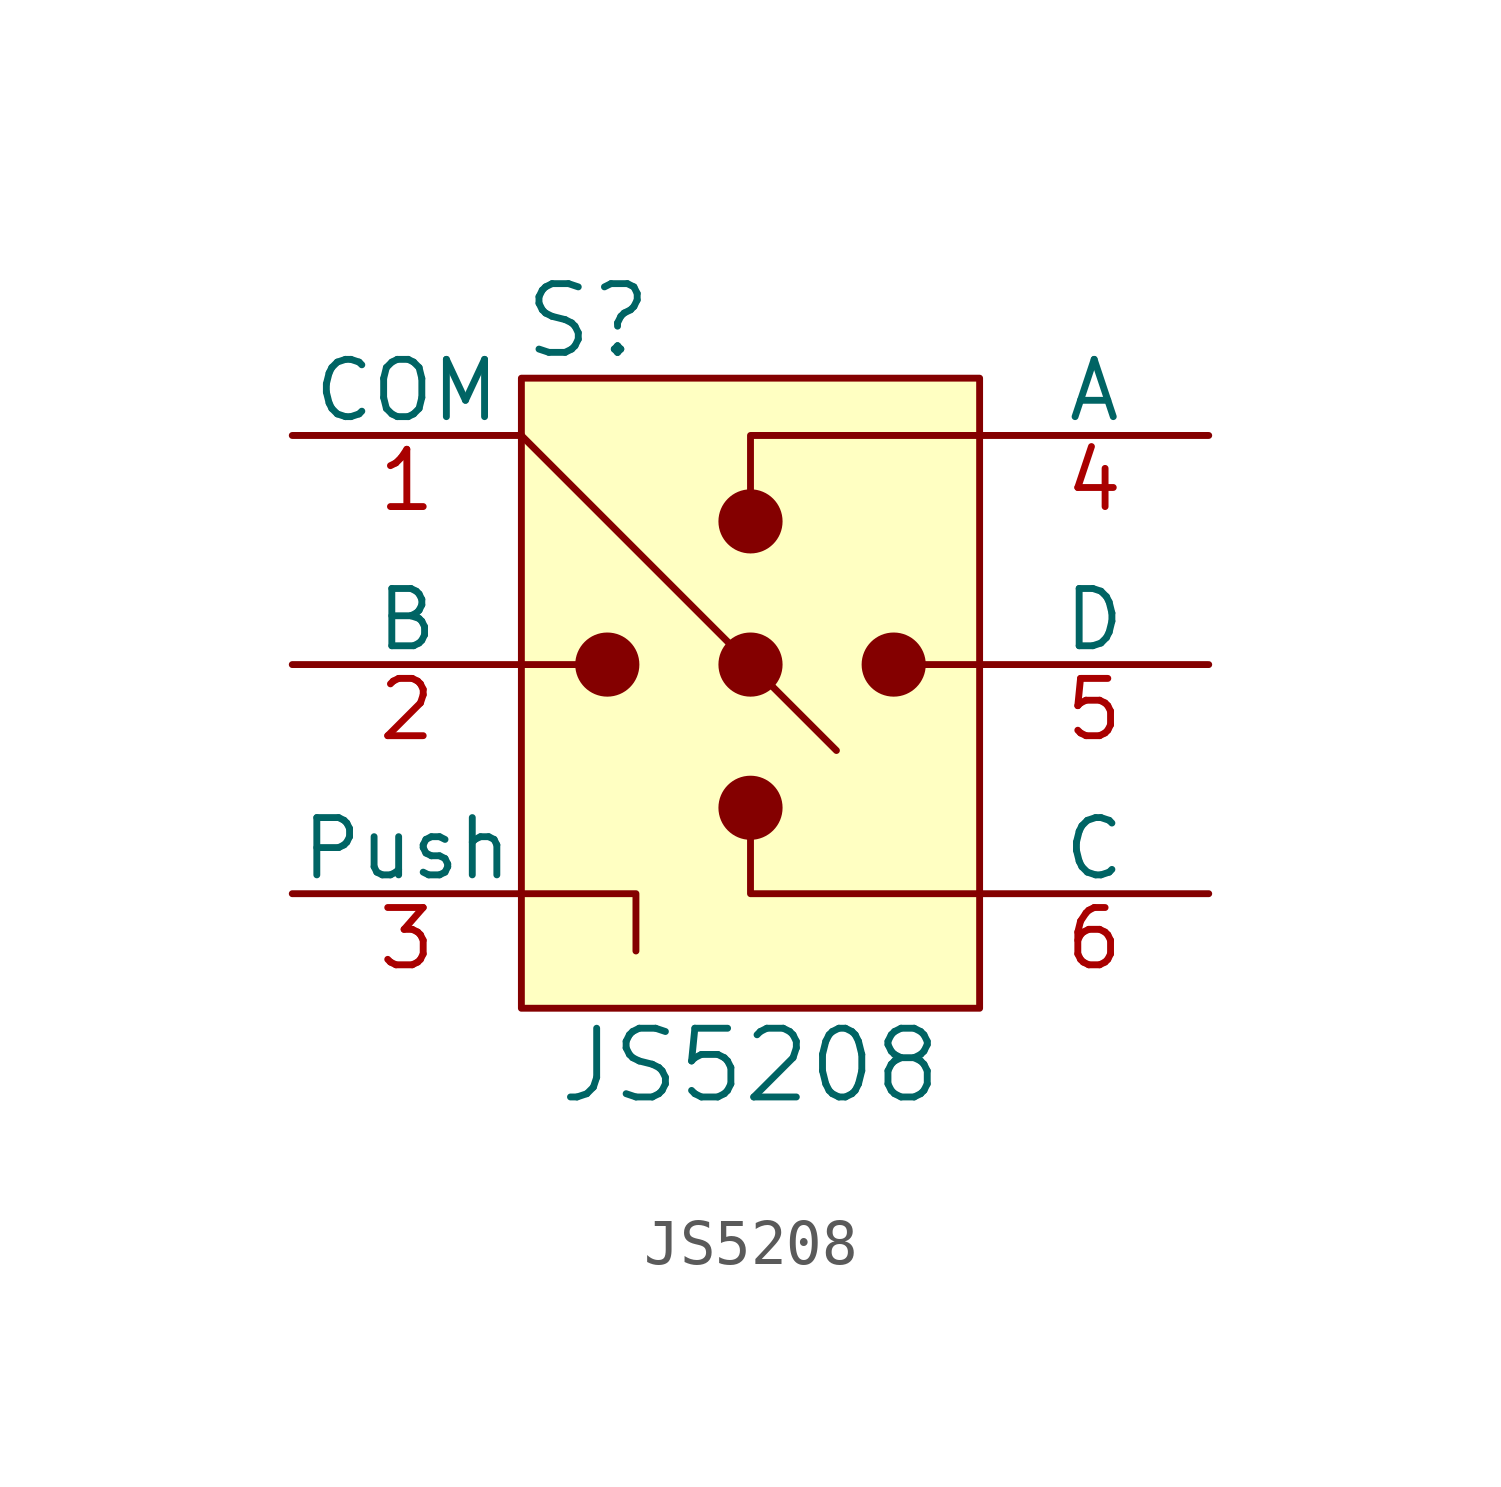
<source format=kicad_sym>
(kicad_symbol_lib
  (version 20231120)
  (generator "kicad_symbol_editor")
  (generator_version "8.0")
  (symbol "JS5208"
    (pin_names
      (offset 0))
    (property "Reference" "S"
      (at -5.08 7.62 0)
      (effects (font (size 1.524 1.524)) (justify left)))
    (property "Value" "JS5208"
      (at 0 -8.89 0)
      (effects (font (size 1.524 1.524))))
    (symbol "JS5208_0_1"
      (rectangle (start -5.08 6.35) (end 5.08 -7.62) (stroke (width 0) (type solid)) (fill (type background)))
      (circle (center -3.175 0) (radius 0.635) (stroke (width 0) (type solid)) (fill (type outline)))
      (circle (center 0 -3.175) (radius 0.635) (stroke (width 0) (type solid)) (fill (type outline)))
      (polyline (pts (xy -5.08 0) (xy -3.81 0)) (stroke (width 0) (type solid)) (fill (type none)))
      (polyline (pts (xy -5.08 5.08) (xy 1.905 -1.905)) (stroke (width 0) (type solid)) (fill (type none)))
      (polyline (pts (xy 5.08 0) (xy 3.81 0)) (stroke (width 0) (type solid)) (fill (type none)))
      (polyline (pts (xy -5.08 -5.08) (xy -2.54 -5.08) (xy -2.54 -6.35)) (stroke (width 0) (type solid)) (fill (type none)))
      (polyline (pts (xy 5.08 -5.08) (xy 0 -5.08) (xy 0 -3.81)) (stroke (width 0) (type solid)) (fill (type none)))
      (polyline (pts (xy 5.08 5.08) (xy 0 5.08) (xy 0 3.81)) (stroke (width 0) (type solid)) (fill (type none)))
      (circle (center 0 0) (radius 0.635) (stroke (width 0) (type solid)) (fill (type outline)))
      (circle (center 0 3.175) (radius 0.635) (stroke (width 0) (type solid)) (fill (type outline)))
      (circle (center 3.175 0) (radius 0.635) (stroke (width 0) (type solid)) (fill (type outline))))
    (symbol "JS5208_1_1"
      (pin passive line (at -10.16 5.08 0) (length 5.08) (name "COM" (effects (font (size 1.27 1.27)))) (number "1" (effects (font (size 1.27 1.27)))))
      (pin passive line (at -10.16 0 0) (length 5.08) (name "B" (effects (font (size 1.27 1.27)))) (number "2" (effects (font (size 1.27 1.27)))))
      (pin passive line (at -10.16 -5.08 0) (length 5.08) (name "Push" (effects (font (size 1.27 1.27)))) (number "3" (effects (font (size 1.27 1.27)))))
      (pin passive line (at 10.16 5.08 180) (length 5.08) (name "A" (effects (font (size 1.27 1.27)))) (number "4" (effects (font (size 1.27 1.27)))))
      (pin passive line (at 10.16 0 180) (length 5.08) (name "D" (effects (font (size 1.27 1.27)))) (number "5" (effects (font (size 1.27 1.27)))))
      (pin passive line (at 10.16 -5.08 180) (length 5.08) (name "C" (effects (font (size 1.27 1.27)))) (number "6" (effects (font (size 1.27 1.27))))))))
</source>
